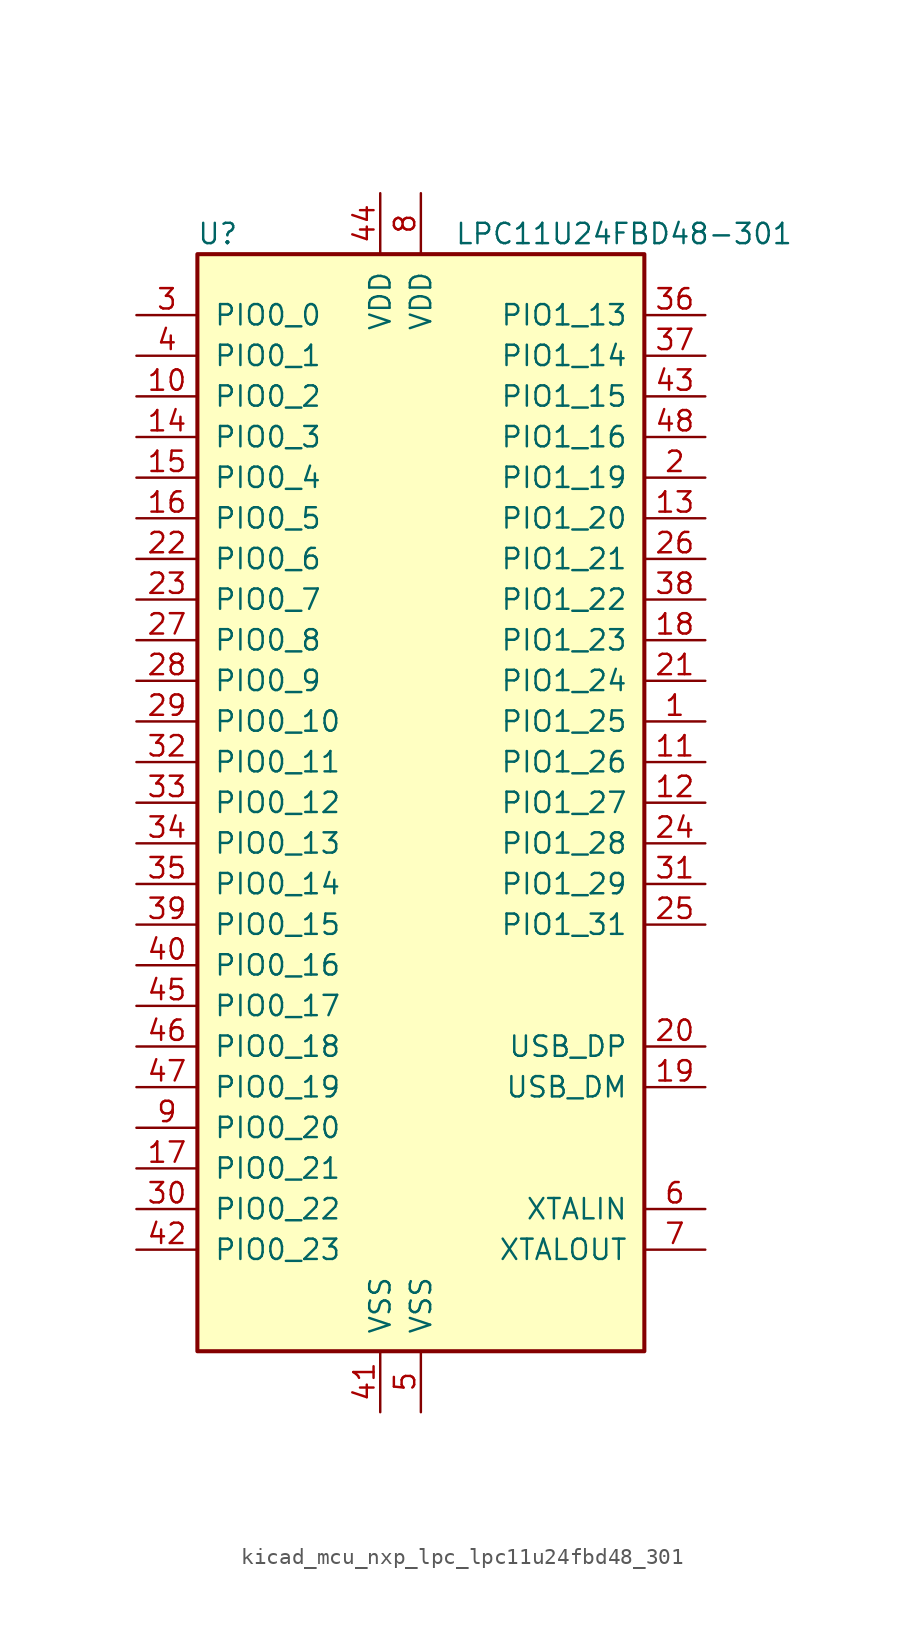
<source format=kicad_sym>
(kicad_symbol_lib
  (version 20220914)
  (generator kicad_symbol_editor)
  (symbol "kicad_mcu_nxp_lpc_lpc11u24fbd48_301"
    (pin_names
      (offset 1.016))
    (property "Reference" "U"
      (at -12.7 35.56 0)
      (effects (font (size 1.27 1.27))))
    (property "Value" "LPC11U24FBD48-301"
      (at 12.7 35.56 0)
      (effects (font (size 1.27 1.27))))
    (symbol "kicad_mcu_nxp_lpc_lpc11u24fbd48_301_0_1"
      (rectangle (start -13.97 34.29) (end 13.97 -34.29) (stroke (width 0.254) (type default)) (fill (type background))))
    (symbol "kicad_mcu_nxp_lpc_lpc11u24fbd48_301_1_1"
      (pin bidirectional line (at 17.78 5.08 180) (length 3.81) (name "PIO1_25" (effects (font (size 1.27 1.27)))) (number "1" (effects (font (size 1.27 1.27)))))
      (pin bidirectional line (at -17.78 25.4 0) (length 3.81) (name "PIO0_2" (effects (font (size 1.27 1.27)))) (number "10" (effects (font (size 1.27 1.27)))))
      (pin bidirectional line (at 17.78 2.54 180) (length 3.81) (name "PIO1_26" (effects (font (size 1.27 1.27)))) (number "11" (effects (font (size 1.27 1.27)))))
      (pin bidirectional line (at 17.78 0 180) (length 3.81) (name "PIO1_27" (effects (font (size 1.27 1.27)))) (number "12" (effects (font (size 1.27 1.27)))))
      (pin bidirectional line (at 17.78 17.78 180) (length 3.81) (name "PIO1_20" (effects (font (size 1.27 1.27)))) (number "13" (effects (font (size 1.27 1.27)))))
      (pin bidirectional line (at -17.78 22.86 0) (length 3.81) (name "PIO0_3" (effects (font (size 1.27 1.27)))) (number "14" (effects (font (size 1.27 1.27)))))
      (pin bidirectional line (at -17.78 20.32 0) (length 3.81) (name "PIO0_4" (effects (font (size 1.27 1.27)))) (number "15" (effects (font (size 1.27 1.27)))))
      (pin bidirectional line (at -17.78 17.78 0) (length 3.81) (name "PIO0_5" (effects (font (size 1.27 1.27)))) (number "16" (effects (font (size 1.27 1.27)))))
      (pin bidirectional line (at -17.78 -22.86 0) (length 3.81) (name "PIO0_21" (effects (font (size 1.27 1.27)))) (number "17" (effects (font (size 1.27 1.27)))))
      (pin bidirectional line (at 17.78 10.16 180) (length 3.81) (name "PIO1_23" (effects (font (size 1.27 1.27)))) (number "18" (effects (font (size 1.27 1.27)))))
      (pin bidirectional line (at 17.78 -17.78 180) (length 3.81) (name "USB_DM" (effects (font (size 1.27 1.27)))) (number "19" (effects (font (size 1.27 1.27)))))
      (pin bidirectional line (at 17.78 20.32 180) (length 3.81) (name "PIO1_19" (effects (font (size 1.27 1.27)))) (number "2" (effects (font (size 1.27 1.27)))))
      (pin bidirectional line (at 17.78 -15.24 180) (length 3.81) (name "USB_DP" (effects (font (size 1.27 1.27)))) (number "20" (effects (font (size 1.27 1.27)))))
      (pin bidirectional line (at 17.78 7.62 180) (length 3.81) (name "PIO1_24" (effects (font (size 1.27 1.27)))) (number "21" (effects (font (size 1.27 1.27)))))
      (pin bidirectional line (at -17.78 15.24 0) (length 3.81) (name "PIO0_6" (effects (font (size 1.27 1.27)))) (number "22" (effects (font (size 1.27 1.27)))))
      (pin bidirectional line (at -17.78 12.7 0) (length 3.81) (name "PIO0_7" (effects (font (size 1.27 1.27)))) (number "23" (effects (font (size 1.27 1.27)))))
      (pin bidirectional line (at 17.78 -2.54 180) (length 3.81) (name "PIO1_28" (effects (font (size 1.27 1.27)))) (number "24" (effects (font (size 1.27 1.27)))))
      (pin bidirectional line (at 17.78 -7.62 180) (length 3.81) (name "PIO1_31" (effects (font (size 1.27 1.27)))) (number "25" (effects (font (size 1.27 1.27)))))
      (pin bidirectional line (at 17.78 15.24 180) (length 3.81) (name "PIO1_21" (effects (font (size 1.27 1.27)))) (number "26" (effects (font (size 1.27 1.27)))))
      (pin bidirectional line (at -17.78 10.16 0) (length 3.81) (name "PIO0_8" (effects (font (size 1.27 1.27)))) (number "27" (effects (font (size 1.27 1.27)))))
      (pin bidirectional line (at -17.78 7.62 0) (length 3.81) (name "PIO0_9" (effects (font (size 1.27 1.27)))) (number "28" (effects (font (size 1.27 1.27)))))
      (pin bidirectional line (at -17.78 5.08 0) (length 3.81) (name "PIO0_10" (effects (font (size 1.27 1.27)))) (number "29" (effects (font (size 1.27 1.27)))))
      (pin bidirectional line (at -17.78 30.48 0) (length 3.81) (name "PIO0_0" (effects (font (size 1.27 1.27)))) (number "3" (effects (font (size 1.27 1.27)))))
      (pin bidirectional line (at -17.78 -25.4 0) (length 3.81) (name "PIO0_22" (effects (font (size 1.27 1.27)))) (number "30" (effects (font (size 1.27 1.27)))))
      (pin bidirectional line (at 17.78 -5.08 180) (length 3.81) (name "PIO1_29" (effects (font (size 1.27 1.27)))) (number "31" (effects (font (size 1.27 1.27)))))
      (pin bidirectional line (at -17.78 2.54 0) (length 3.81) (name "PIO0_11" (effects (font (size 1.27 1.27)))) (number "32" (effects (font (size 1.27 1.27)))))
      (pin bidirectional line (at -17.78 0 0) (length 3.81) (name "PIO0_12" (effects (font (size 1.27 1.27)))) (number "33" (effects (font (size 1.27 1.27)))))
      (pin bidirectional line (at -17.78 -2.54 0) (length 3.81) (name "PIO0_13" (effects (font (size 1.27 1.27)))) (number "34" (effects (font (size 1.27 1.27)))))
      (pin bidirectional line (at -17.78 -5.08 0) (length 3.81) (name "PIO0_14" (effects (font (size 1.27 1.27)))) (number "35" (effects (font (size 1.27 1.27)))))
      (pin bidirectional line (at 17.78 30.48 180) (length 3.81) (name "PIO1_13" (effects (font (size 1.27 1.27)))) (number "36" (effects (font (size 1.27 1.27)))))
      (pin bidirectional line (at 17.78 27.94 180) (length 3.81) (name "PIO1_14" (effects (font (size 1.27 1.27)))) (number "37" (effects (font (size 1.27 1.27)))))
      (pin bidirectional line (at 17.78 12.7 180) (length 3.81) (name "PIO1_22" (effects (font (size 1.27 1.27)))) (number "38" (effects (font (size 1.27 1.27)))))
      (pin bidirectional line (at -17.78 -7.62 0) (length 3.81) (name "PIO0_15" (effects (font (size 1.27 1.27)))) (number "39" (effects (font (size 1.27 1.27)))))
      (pin bidirectional line (at -17.78 27.94 0) (length 3.81) (name "PIO0_1" (effects (font (size 1.27 1.27)))) (number "4" (effects (font (size 1.27 1.27)))))
      (pin bidirectional line (at -17.78 -10.16 0) (length 3.81) (name "PIO0_16" (effects (font (size 1.27 1.27)))) (number "40" (effects (font (size 1.27 1.27)))))
      (pin power_in line (at -2.54 -38.1 90) (length 3.81) (name "VSS" (effects (font (size 1.27 1.27)))) (number "41" (effects (font (size 1.27 1.27)))))
      (pin bidirectional line (at -17.78 -27.94 0) (length 3.81) (name "PIO0_23" (effects (font (size 1.27 1.27)))) (number "42" (effects (font (size 1.27 1.27)))))
      (pin bidirectional line (at 17.78 25.4 180) (length 3.81) (name "PIO1_15" (effects (font (size 1.27 1.27)))) (number "43" (effects (font (size 1.27 1.27)))))
      (pin power_in line (at -2.54 38.1 270) (length 3.81) (name "VDD" (effects (font (size 1.27 1.27)))) (number "44" (effects (font (size 1.27 1.27)))))
      (pin bidirectional line (at -17.78 -12.7 0) (length 3.81) (name "PIO0_17" (effects (font (size 1.27 1.27)))) (number "45" (effects (font (size 1.27 1.27)))))
      (pin bidirectional line (at -17.78 -15.24 0) (length 3.81) (name "PIO0_18" (effects (font (size 1.27 1.27)))) (number "46" (effects (font (size 1.27 1.27)))))
      (pin bidirectional line (at -17.78 -17.78 0) (length 3.81) (name "PIO0_19" (effects (font (size 1.27 1.27)))) (number "47" (effects (font (size 1.27 1.27)))))
      (pin bidirectional line (at 17.78 22.86 180) (length 3.81) (name "PIO1_16" (effects (font (size 1.27 1.27)))) (number "48" (effects (font (size 1.27 1.27)))))
      (pin power_in line (at 0 -38.1 90) (length 3.81) (name "VSS" (effects (font (size 1.27 1.27)))) (number "5" (effects (font (size 1.27 1.27)))))
      (pin input line (at 17.78 -25.4 180) (length 3.81) (name "XTALIN" (effects (font (size 1.27 1.27)))) (number "6" (effects (font (size 1.27 1.27)))))
      (pin output line (at 17.78 -27.94 180) (length 3.81) (name "XTALOUT" (effects (font (size 1.27 1.27)))) (number "7" (effects (font (size 1.27 1.27)))))
      (pin power_in line (at 0 38.1 270) (length 3.81) (name "VDD" (effects (font (size 1.27 1.27)))) (number "8" (effects (font (size 1.27 1.27)))))
      (pin bidirectional line (at -17.78 -20.32 0) (length 3.81) (name "PIO0_20" (effects (font (size 1.27 1.27)))) (number "9" (effects (font (size 1.27 1.27))))))))
</source>
